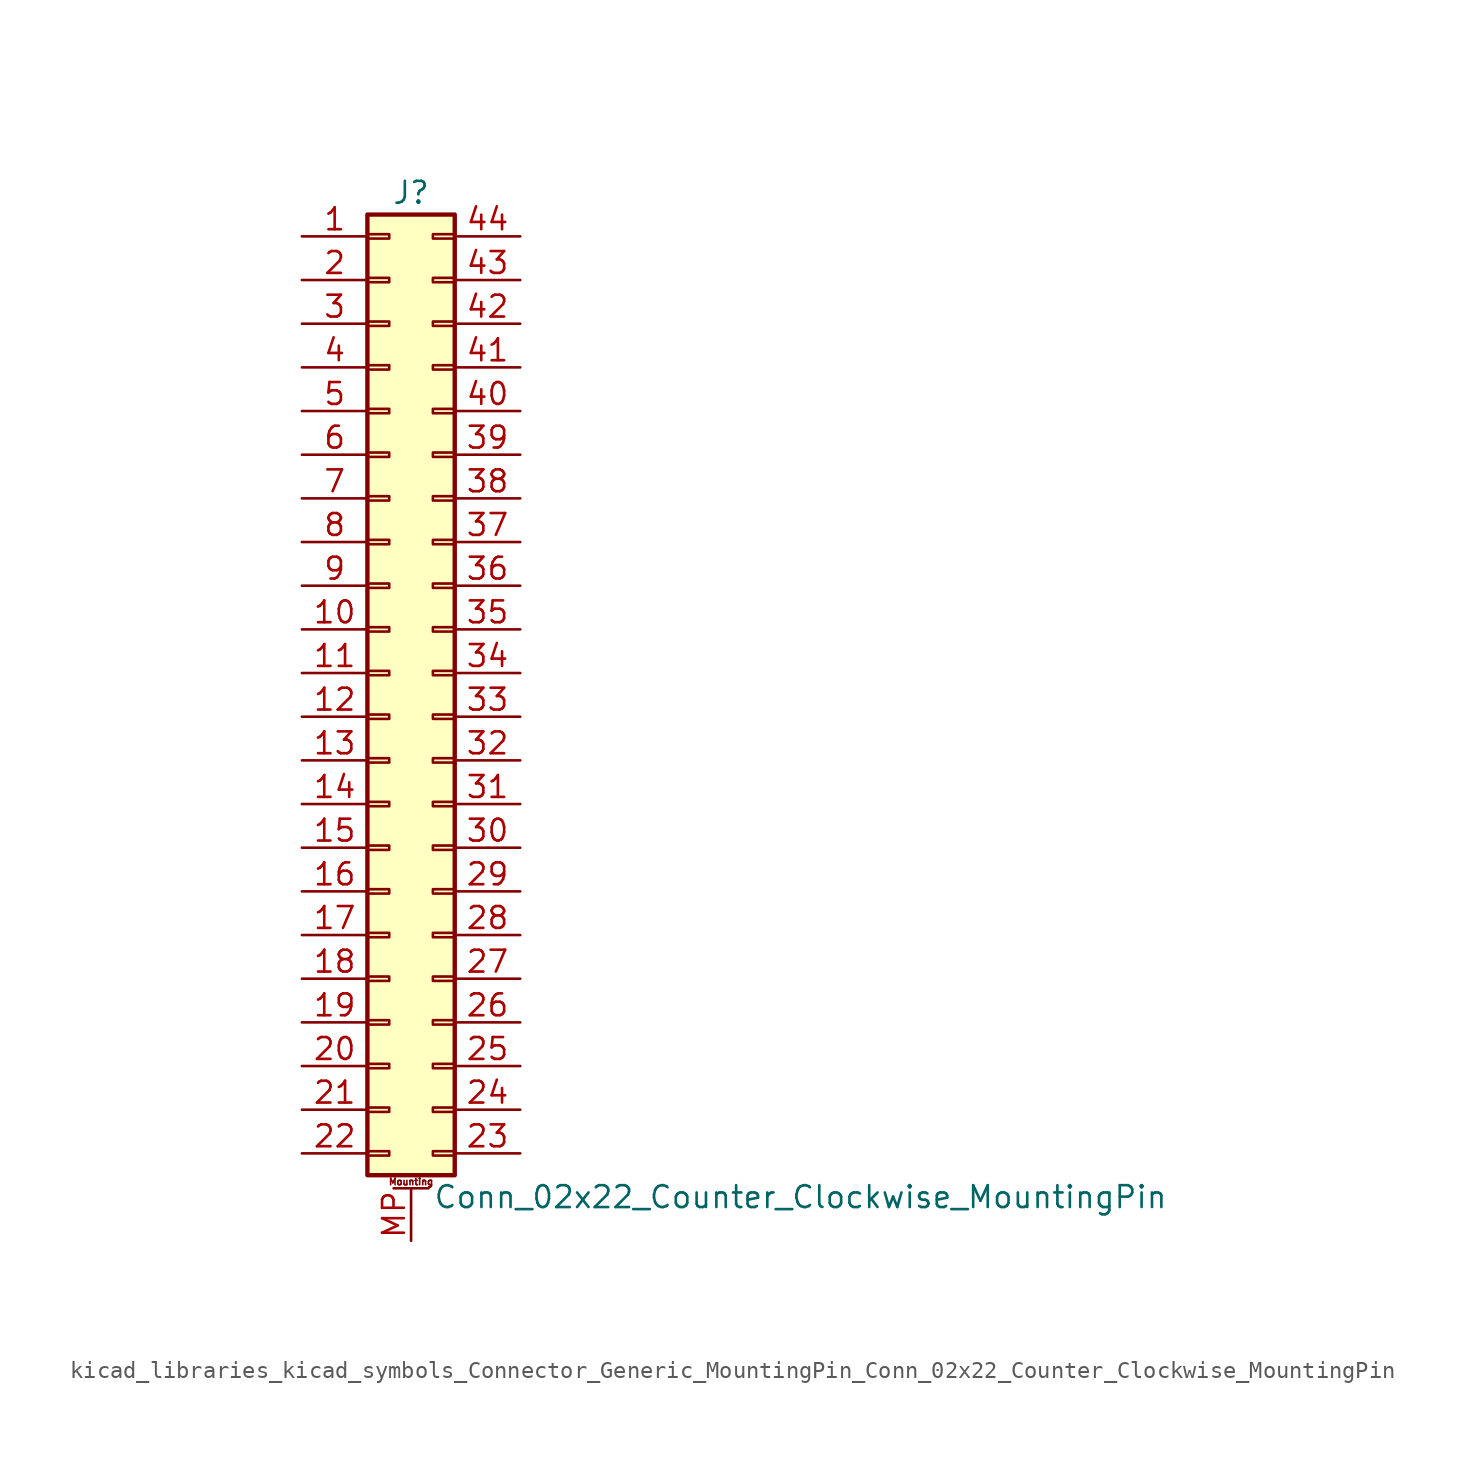
<source format=kicad_sym>
(kicad_symbol_lib
  (version 20220914)
  (generator kicad_symbol_editor)
  (symbol "kicad_libraries_kicad_symbols_Connector_Generic_MountingPin_Conn_02x22_Counter_Clockwise_MountingPin"
    (pin_names
      (offset 1.016) hide)
    (property "Reference" "J"
      (at 1.27 27.94 0)
      (effects (font (size 1.27 1.27))))
    (property "Value" "Conn_02x22_Counter_Clockwise_MountingPin"
      (at 2.54 -30.48 0)
      (effects (font (size 1.27 1.27)) (justify left)))
    (symbol "kicad_libraries_kicad_symbols_Connector_Generic_MountingPin_Conn_02x22_Counter_Clockwise_MountingPin_1_1"
      (rectangle (start -1.27 -27.813) (end 0 -28.067) (stroke (width 0.152) (type default)) (fill (type none)))
      (rectangle (start -1.27 -25.273) (end 0 -25.527) (stroke (width 0.152) (type default)) (fill (type none)))
      (rectangle (start -1.27 -22.733) (end 0 -22.987) (stroke (width 0.152) (type default)) (fill (type none)))
      (rectangle (start -1.27 -20.193) (end 0 -20.447) (stroke (width 0.152) (type default)) (fill (type none)))
      (rectangle (start -1.27 -17.653) (end 0 -17.907) (stroke (width 0.152) (type default)) (fill (type none)))
      (rectangle (start -1.27 -15.113) (end 0 -15.367) (stroke (width 0.152) (type default)) (fill (type none)))
      (rectangle (start -1.27 -12.573) (end 0 -12.827) (stroke (width 0.152) (type default)) (fill (type none)))
      (rectangle (start -1.27 -10.033) (end 0 -10.287) (stroke (width 0.152) (type default)) (fill (type none)))
      (rectangle (start -1.27 -7.493) (end 0 -7.747) (stroke (width 0.152) (type default)) (fill (type none)))
      (rectangle (start -1.27 -4.953) (end 0 -5.207) (stroke (width 0.152) (type default)) (fill (type none)))
      (rectangle (start -1.27 -2.413) (end 0 -2.667) (stroke (width 0.152) (type default)) (fill (type none)))
      (rectangle (start -1.27 0.127) (end 0 -0.127) (stroke (width 0.152) (type default)) (fill (type none)))
      (rectangle (start -1.27 2.667) (end 0 2.413) (stroke (width 0.152) (type default)) (fill (type none)))
      (rectangle (start -1.27 5.207) (end 0 4.953) (stroke (width 0.152) (type default)) (fill (type none)))
      (rectangle (start -1.27 7.747) (end 0 7.493) (stroke (width 0.152) (type default)) (fill (type none)))
      (rectangle (start -1.27 10.287) (end 0 10.033) (stroke (width 0.152) (type default)) (fill (type none)))
      (rectangle (start -1.27 12.827) (end 0 12.573) (stroke (width 0.152) (type default)) (fill (type none)))
      (rectangle (start -1.27 15.367) (end 0 15.113) (stroke (width 0.152) (type default)) (fill (type none)))
      (rectangle (start -1.27 17.907) (end 0 17.653) (stroke (width 0.152) (type default)) (fill (type none)))
      (rectangle (start -1.27 20.447) (end 0 20.193) (stroke (width 0.152) (type default)) (fill (type none)))
      (rectangle (start -1.27 22.987) (end 0 22.733) (stroke (width 0.152) (type default)) (fill (type none)))
      (rectangle (start -1.27 25.527) (end 0 25.273) (stroke (width 0.152) (type default)) (fill (type none)))
      (rectangle (start -1.27 26.67) (end 3.81 -29.21) (stroke (width 0.254) (type default)) (fill (type background)))
      (polyline (pts (xy 0.254 -29.972) (xy 2.286 -29.972)) (stroke (width 0.152) (type default)) (fill (type none)))
      (rectangle (start 3.81 -27.813) (end 2.54 -28.067) (stroke (width 0.152) (type default)) (fill (type none)))
      (rectangle (start 3.81 -25.273) (end 2.54 -25.527) (stroke (width 0.152) (type default)) (fill (type none)))
      (rectangle (start 3.81 -22.733) (end 2.54 -22.987) (stroke (width 0.152) (type default)) (fill (type none)))
      (rectangle (start 3.81 -20.193) (end 2.54 -20.447) (stroke (width 0.152) (type default)) (fill (type none)))
      (rectangle (start 3.81 -17.653) (end 2.54 -17.907) (stroke (width 0.152) (type default)) (fill (type none)))
      (rectangle (start 3.81 -15.113) (end 2.54 -15.367) (stroke (width 0.152) (type default)) (fill (type none)))
      (rectangle (start 3.81 -12.573) (end 2.54 -12.827) (stroke (width 0.152) (type default)) (fill (type none)))
      (rectangle (start 3.81 -10.033) (end 2.54 -10.287) (stroke (width 0.152) (type default)) (fill (type none)))
      (rectangle (start 3.81 -7.493) (end 2.54 -7.747) (stroke (width 0.152) (type default)) (fill (type none)))
      (rectangle (start 3.81 -4.953) (end 2.54 -5.207) (stroke (width 0.152) (type default)) (fill (type none)))
      (rectangle (start 3.81 -2.413) (end 2.54 -2.667) (stroke (width 0.152) (type default)) (fill (type none)))
      (rectangle (start 3.81 0.127) (end 2.54 -0.127) (stroke (width 0.152) (type default)) (fill (type none)))
      (rectangle (start 3.81 2.667) (end 2.54 2.413) (stroke (width 0.152) (type default)) (fill (type none)))
      (rectangle (start 3.81 5.207) (end 2.54 4.953) (stroke (width 0.152) (type default)) (fill (type none)))
      (rectangle (start 3.81 7.747) (end 2.54 7.493) (stroke (width 0.152) (type default)) (fill (type none)))
      (rectangle (start 3.81 10.287) (end 2.54 10.033) (stroke (width 0.152) (type default)) (fill (type none)))
      (rectangle (start 3.81 12.827) (end 2.54 12.573) (stroke (width 0.152) (type default)) (fill (type none)))
      (rectangle (start 3.81 15.367) (end 2.54 15.113) (stroke (width 0.152) (type default)) (fill (type none)))
      (rectangle (start 3.81 17.907) (end 2.54 17.653) (stroke (width 0.152) (type default)) (fill (type none)))
      (rectangle (start 3.81 20.447) (end 2.54 20.193) (stroke (width 0.152) (type default)) (fill (type none)))
      (rectangle (start 3.81 22.987) (end 2.54 22.733) (stroke (width 0.152) (type default)) (fill (type none)))
      (rectangle (start 3.81 25.527) (end 2.54 25.273) (stroke (width 0.152) (type default)) (fill (type none)))
      (text "Mounting" (at 1.27 -29.591 0) (effects (font (size 0.381 0.381))))
      (pin passive line (at -5.08 25.4 0) (length 3.81) (name "Pin_1" (effects (font (size 1.27 1.27)))) (number "1" (effects (font (size 1.27 1.27)))))
      (pin passive line (at -5.08 2.54 0) (length 3.81) (name "Pin_10" (effects (font (size 1.27 1.27)))) (number "10" (effects (font (size 1.27 1.27)))))
      (pin passive line (at -5.08 0 0) (length 3.81) (name "Pin_11" (effects (font (size 1.27 1.27)))) (number "11" (effects (font (size 1.27 1.27)))))
      (pin passive line (at -5.08 -2.54 0) (length 3.81) (name "Pin_12" (effects (font (size 1.27 1.27)))) (number "12" (effects (font (size 1.27 1.27)))))
      (pin passive line (at -5.08 -5.08 0) (length 3.81) (name "Pin_13" (effects (font (size 1.27 1.27)))) (number "13" (effects (font (size 1.27 1.27)))))
      (pin passive line (at -5.08 -7.62 0) (length 3.81) (name "Pin_14" (effects (font (size 1.27 1.27)))) (number "14" (effects (font (size 1.27 1.27)))))
      (pin passive line (at -5.08 -10.16 0) (length 3.81) (name "Pin_15" (effects (font (size 1.27 1.27)))) (number "15" (effects (font (size 1.27 1.27)))))
      (pin passive line (at -5.08 -12.7 0) (length 3.81) (name "Pin_16" (effects (font (size 1.27 1.27)))) (number "16" (effects (font (size 1.27 1.27)))))
      (pin passive line (at -5.08 -15.24 0) (length 3.81) (name "Pin_17" (effects (font (size 1.27 1.27)))) (number "17" (effects (font (size 1.27 1.27)))))
      (pin passive line (at -5.08 -17.78 0) (length 3.81) (name "Pin_18" (effects (font (size 1.27 1.27)))) (number "18" (effects (font (size 1.27 1.27)))))
      (pin passive line (at -5.08 -20.32 0) (length 3.81) (name "Pin_19" (effects (font (size 1.27 1.27)))) (number "19" (effects (font (size 1.27 1.27)))))
      (pin passive line (at -5.08 22.86 0) (length 3.81) (name "Pin_2" (effects (font (size 1.27 1.27)))) (number "2" (effects (font (size 1.27 1.27)))))
      (pin passive line (at -5.08 -22.86 0) (length 3.81) (name "Pin_20" (effects (font (size 1.27 1.27)))) (number "20" (effects (font (size 1.27 1.27)))))
      (pin passive line (at -5.08 -25.4 0) (length 3.81) (name "Pin_21" (effects (font (size 1.27 1.27)))) (number "21" (effects (font (size 1.27 1.27)))))
      (pin passive line (at -5.08 -27.94 0) (length 3.81) (name "Pin_22" (effects (font (size 1.27 1.27)))) (number "22" (effects (font (size 1.27 1.27)))))
      (pin passive line (at 7.62 -27.94 180) (length 3.81) (name "Pin_23" (effects (font (size 1.27 1.27)))) (number "23" (effects (font (size 1.27 1.27)))))
      (pin passive line (at 7.62 -25.4 180) (length 3.81) (name "Pin_24" (effects (font (size 1.27 1.27)))) (number "24" (effects (font (size 1.27 1.27)))))
      (pin passive line (at 7.62 -22.86 180) (length 3.81) (name "Pin_25" (effects (font (size 1.27 1.27)))) (number "25" (effects (font (size 1.27 1.27)))))
      (pin passive line (at 7.62 -20.32 180) (length 3.81) (name "Pin_26" (effects (font (size 1.27 1.27)))) (number "26" (effects (font (size 1.27 1.27)))))
      (pin passive line (at 7.62 -17.78 180) (length 3.81) (name "Pin_27" (effects (font (size 1.27 1.27)))) (number "27" (effects (font (size 1.27 1.27)))))
      (pin passive line (at 7.62 -15.24 180) (length 3.81) (name "Pin_28" (effects (font (size 1.27 1.27)))) (number "28" (effects (font (size 1.27 1.27)))))
      (pin passive line (at 7.62 -12.7 180) (length 3.81) (name "Pin_29" (effects (font (size 1.27 1.27)))) (number "29" (effects (font (size 1.27 1.27)))))
      (pin passive line (at -5.08 20.32 0) (length 3.81) (name "Pin_3" (effects (font (size 1.27 1.27)))) (number "3" (effects (font (size 1.27 1.27)))))
      (pin passive line (at 7.62 -10.16 180) (length 3.81) (name "Pin_30" (effects (font (size 1.27 1.27)))) (number "30" (effects (font (size 1.27 1.27)))))
      (pin passive line (at 7.62 -7.62 180) (length 3.81) (name "Pin_31" (effects (font (size 1.27 1.27)))) (number "31" (effects (font (size 1.27 1.27)))))
      (pin passive line (at 7.62 -5.08 180) (length 3.81) (name "Pin_32" (effects (font (size 1.27 1.27)))) (number "32" (effects (font (size 1.27 1.27)))))
      (pin passive line (at 7.62 -2.54 180) (length 3.81) (name "Pin_33" (effects (font (size 1.27 1.27)))) (number "33" (effects (font (size 1.27 1.27)))))
      (pin passive line (at 7.62 0 180) (length 3.81) (name "Pin_34" (effects (font (size 1.27 1.27)))) (number "34" (effects (font (size 1.27 1.27)))))
      (pin passive line (at 7.62 2.54 180) (length 3.81) (name "Pin_35" (effects (font (size 1.27 1.27)))) (number "35" (effects (font (size 1.27 1.27)))))
      (pin passive line (at 7.62 5.08 180) (length 3.81) (name "Pin_36" (effects (font (size 1.27 1.27)))) (number "36" (effects (font (size 1.27 1.27)))))
      (pin passive line (at 7.62 7.62 180) (length 3.81) (name "Pin_37" (effects (font (size 1.27 1.27)))) (number "37" (effects (font (size 1.27 1.27)))))
      (pin passive line (at 7.62 10.16 180) (length 3.81) (name "Pin_38" (effects (font (size 1.27 1.27)))) (number "38" (effects (font (size 1.27 1.27)))))
      (pin passive line (at 7.62 12.7 180) (length 3.81) (name "Pin_39" (effects (font (size 1.27 1.27)))) (number "39" (effects (font (size 1.27 1.27)))))
      (pin passive line (at -5.08 17.78 0) (length 3.81) (name "Pin_4" (effects (font (size 1.27 1.27)))) (number "4" (effects (font (size 1.27 1.27)))))
      (pin passive line (at 7.62 15.24 180) (length 3.81) (name "Pin_40" (effects (font (size 1.27 1.27)))) (number "40" (effects (font (size 1.27 1.27)))))
      (pin passive line (at 7.62 17.78 180) (length 3.81) (name "Pin_41" (effects (font (size 1.27 1.27)))) (number "41" (effects (font (size 1.27 1.27)))))
      (pin passive line (at 7.62 20.32 180) (length 3.81) (name "Pin_42" (effects (font (size 1.27 1.27)))) (number "42" (effects (font (size 1.27 1.27)))))
      (pin passive line (at 7.62 22.86 180) (length 3.81) (name "Pin_43" (effects (font (size 1.27 1.27)))) (number "43" (effects (font (size 1.27 1.27)))))
      (pin passive line (at 7.62 25.4 180) (length 3.81) (name "Pin_44" (effects (font (size 1.27 1.27)))) (number "44" (effects (font (size 1.27 1.27)))))
      (pin passive line (at -5.08 15.24 0) (length 3.81) (name "Pin_5" (effects (font (size 1.27 1.27)))) (number "5" (effects (font (size 1.27 1.27)))))
      (pin passive line (at -5.08 12.7 0) (length 3.81) (name "Pin_6" (effects (font (size 1.27 1.27)))) (number "6" (effects (font (size 1.27 1.27)))))
      (pin passive line (at -5.08 10.16 0) (length 3.81) (name "Pin_7" (effects (font (size 1.27 1.27)))) (number "7" (effects (font (size 1.27 1.27)))))
      (pin passive line (at -5.08 7.62 0) (length 3.81) (name "Pin_8" (effects (font (size 1.27 1.27)))) (number "8" (effects (font (size 1.27 1.27)))))
      (pin passive line (at -5.08 5.08 0) (length 3.81) (name "Pin_9" (effects (font (size 1.27 1.27)))) (number "9" (effects (font (size 1.27 1.27)))))
      (pin passive line (at 1.27 -33.02 90) (length 3.048) (name "MountPin" (effects (font (size 1.27 1.27)))) (number "MP" (effects (font (size 1.27 1.27))))))))
</source>
